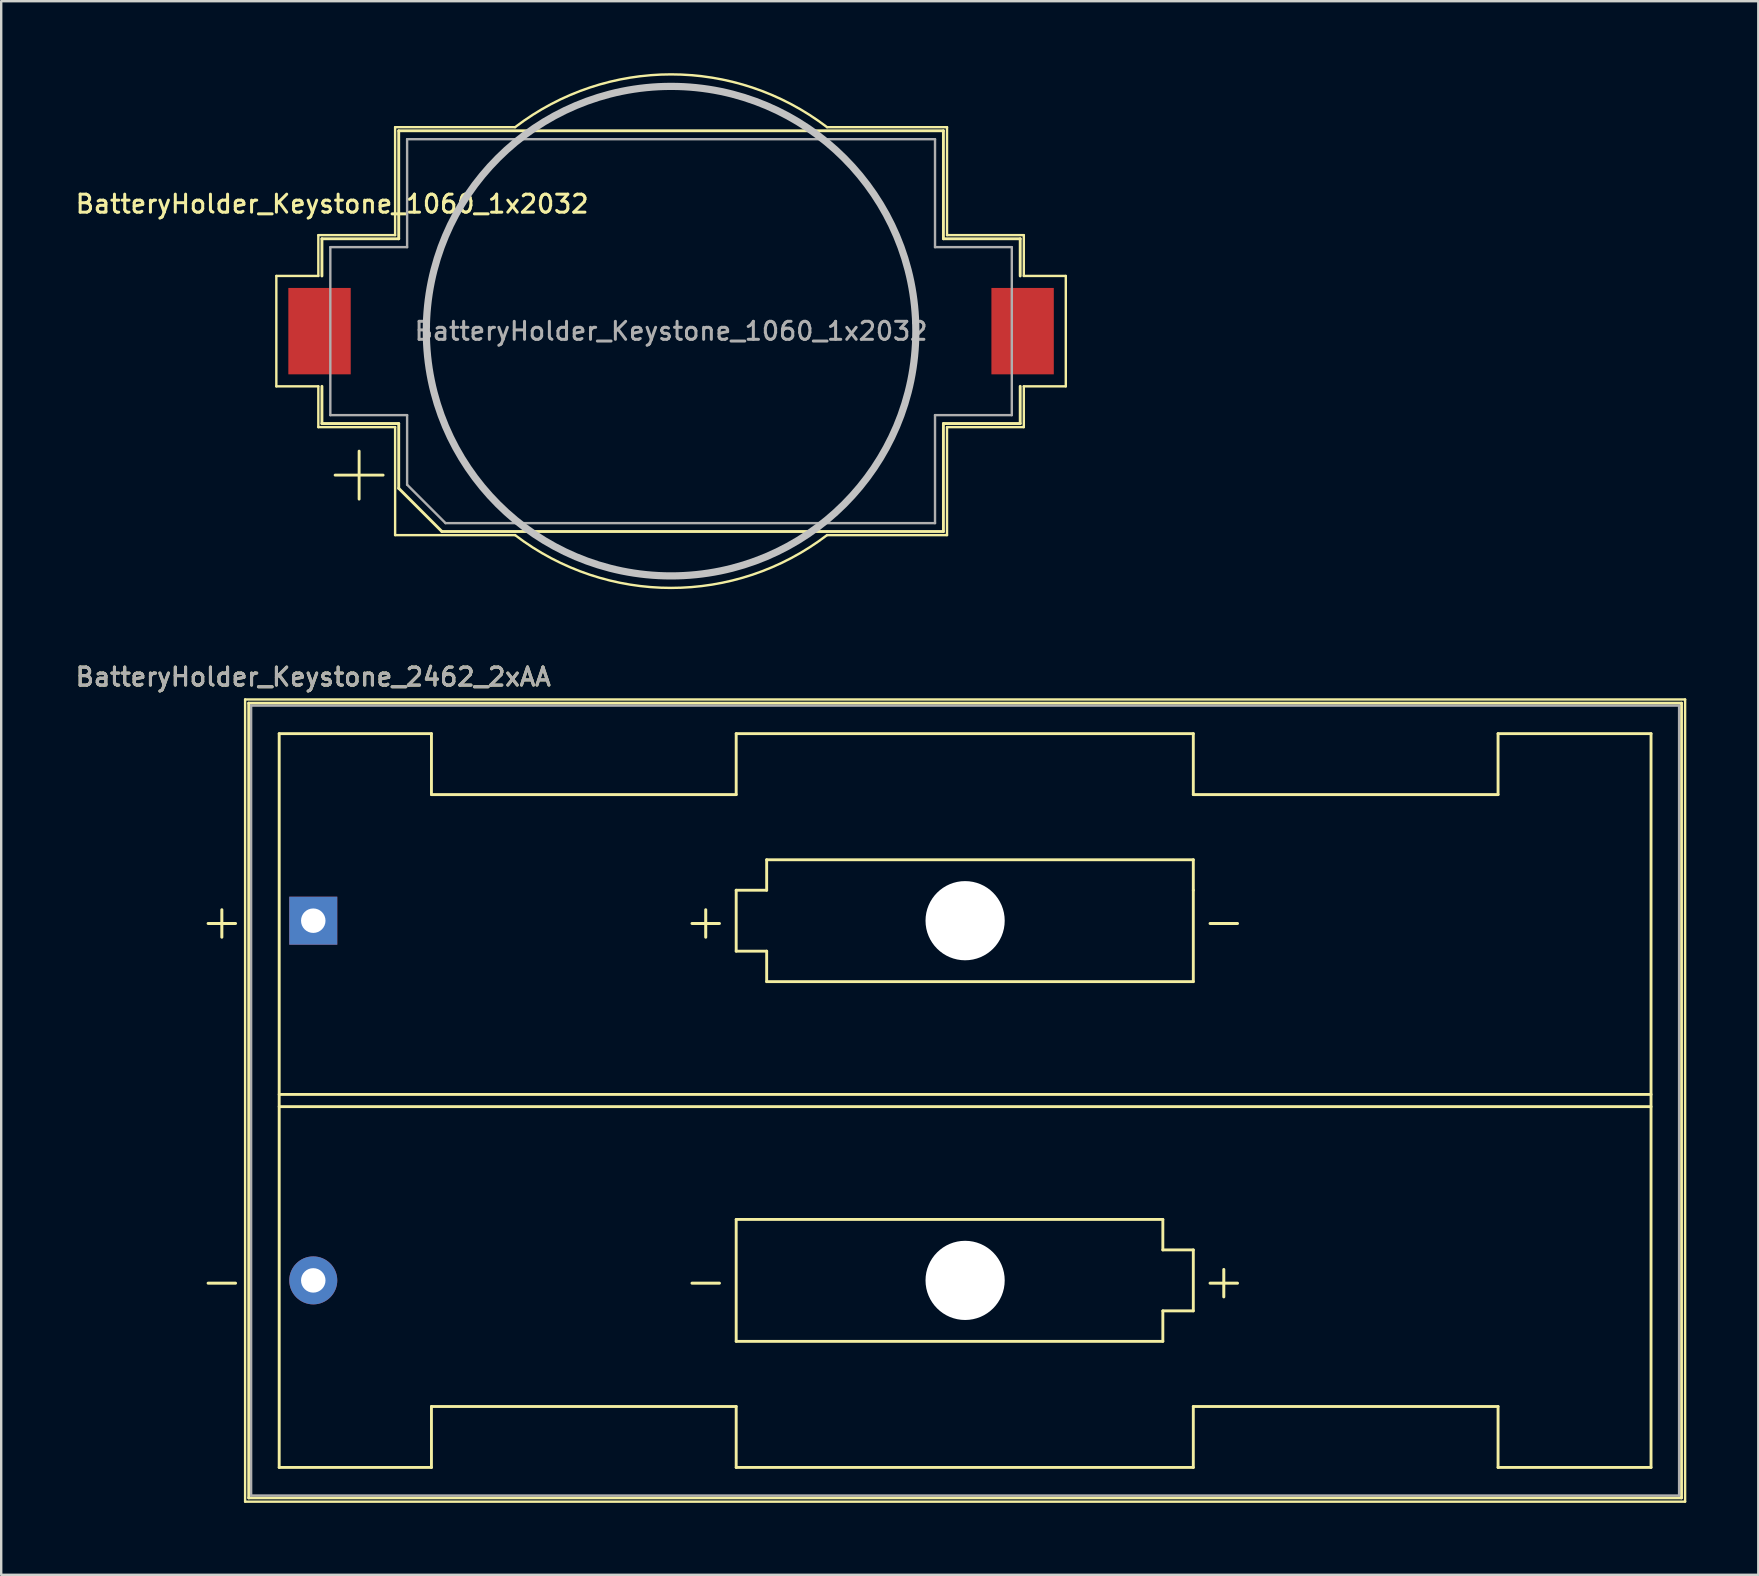
<source format=kicad_pcb>
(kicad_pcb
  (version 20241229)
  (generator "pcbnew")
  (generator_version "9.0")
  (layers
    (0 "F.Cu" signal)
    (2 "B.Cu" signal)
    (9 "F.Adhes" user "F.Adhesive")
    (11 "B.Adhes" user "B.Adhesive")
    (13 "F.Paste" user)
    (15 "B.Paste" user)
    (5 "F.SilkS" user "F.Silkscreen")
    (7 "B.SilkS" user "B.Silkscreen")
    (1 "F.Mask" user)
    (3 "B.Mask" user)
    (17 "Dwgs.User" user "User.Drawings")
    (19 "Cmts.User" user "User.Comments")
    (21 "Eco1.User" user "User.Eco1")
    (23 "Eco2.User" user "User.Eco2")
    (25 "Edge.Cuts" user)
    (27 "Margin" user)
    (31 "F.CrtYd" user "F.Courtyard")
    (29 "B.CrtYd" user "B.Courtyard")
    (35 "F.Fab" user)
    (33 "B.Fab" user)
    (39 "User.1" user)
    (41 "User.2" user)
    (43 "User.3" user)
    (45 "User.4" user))
  (footprint "BatteryHolder_Keystone_1060_1x2032"
    (layer "F.Cu")
    (at 24.916 10.75)
    (property "Reference" "BatteryHolder_Keystone_1060_1x2032" (at -14.125 -5.3 0) (layer "F.SilkS") (effects (font (size 0.75 0.75) (thickness 0.125))))
    (attr smd)
    (fp_line (start -16.45 2.3) (end -16.45 -2.3) (stroke (width 0.1) (type solid)) (layer "F.SilkS"))
    (fp_line (start -14.7 -4) (end -11.5 -4) (stroke (width 0.1) (type solid)) (layer "F.SilkS"))
    (fp_line (start -14.7 -2.3) (end -16.45 -2.3) (stroke (width 0.1) (type solid)) (layer "F.SilkS"))
    (fp_line (start -14.7 -2.3) (end -14.7 -4) (stroke (width 0.1) (type solid)) (layer "F.SilkS"))
    (fp_line (start -14.7 2.3) (end -16.45 2.3) (stroke (width 0.1) (type solid)) (layer "F.SilkS"))
    (fp_line (start -14.7 4) (end -14.7 2.3) (stroke (width 0.1) (type solid)) (layer "F.SilkS"))
    (fp_line (start -14.7 4) (end -11.5 4) (stroke (width 0.1) (type solid)) (layer "F.SilkS"))
    (fp_line (start -14.55 -3.85) (end -14.55 -2.3) (stroke (width 0.12) (type solid)) (layer "F.SilkS"))
    (fp_line (start -14.55 3.85) (end -14.55 2.3) (stroke (width 0.12) (type solid)) (layer "F.SilkS"))
    (fp_line (start -13 5) (end -13 7) (stroke (width 0.12) (type solid)) (layer "F.SilkS"))
    (fp_line (start -12 6) (end -14 6) (stroke (width 0.12) (type solid)) (layer "F.SilkS"))
    (fp_line (start -11.5 -8.5) (end -6.5 -8.5) (stroke (width 0.1) (type solid)) (layer "F.SilkS"))
    (fp_line (start -11.5 -4) (end -11.5 -8.5) (stroke (width 0.1) (type solid)) (layer "F.SilkS"))
    (fp_line (start -11.5 4) (end -11.5 8.5) (stroke (width 0.1) (type solid)) (layer "F.SilkS"))
    (fp_line (start -11.35 -8.35) (end -11.35 -3.85) (stroke (width 0.12) (type solid)) (layer "F.SilkS"))
    (fp_line (start -11.35 -8.35) (end 11.35 -8.35) (stroke (width 0.12) (type solid)) (layer "F.SilkS"))
    (fp_line (start -11.35 -3.85) (end -14.55 -3.85) (stroke (width 0.12) (type solid)) (layer "F.SilkS"))
    (fp_line (start -11.35 3.85) (end -14.55 3.85) (stroke (width 0.12) (type solid)) (layer "F.SilkS"))
    (fp_line (start -11.35 6.55) (end -11.35 3.85) (stroke (width 0.12) (type solid)) (layer "F.SilkS"))
    (fp_line (start -9.55 8.35) (end -11.35 6.55) (stroke (width 0.12) (type solid)) (layer "F.SilkS"))
    (fp_line (start -6.5 8.5) (end -11.5 8.5) (stroke (width 0.1) (type solid)) (layer "F.SilkS"))
    (fp_line (start 11.35 -8.35) (end 11.35 -3.85) (stroke (width 0.12) (type solid)) (layer "F.SilkS"))
    (fp_line (start 11.35 -3.85) (end 14.55 -3.85) (stroke (width 0.12) (type solid)) (layer "F.SilkS"))
    (fp_line (start 11.35 3.85) (end 14.55 3.85) (stroke (width 0.12) (type solid)) (layer "F.SilkS"))
    (fp_line (start 11.35 8.35) (end -9.55 8.35) (stroke (width 0.12) (type solid)) (layer "F.SilkS"))
    (fp_line (start 11.35 8.35) (end 11.35 3.85) (stroke (width 0.12) (type solid)) (layer "F.SilkS"))
    (fp_line (start 11.5 -8.5) (end 6.5 -8.5) (stroke (width 0.1) (type solid)) (layer "F.SilkS"))
    (fp_line (start 11.5 -8.5) (end 11.5 -4) (stroke (width 0.1) (type solid)) (layer "F.SilkS"))
    (fp_line (start 11.5 -4) (end 14.7 -4) (stroke (width 0.1) (type solid)) (layer "F.SilkS"))
    (fp_line (start 11.5 4) (end 11.5 8.5) (stroke (width 0.1) (type solid)) (layer "F.SilkS"))
    (fp_line (start 11.5 8.5) (end 6.5 8.5) (stroke (width 0.1) (type solid)) (layer "F.SilkS"))
    (fp_line (start 14.55 -3.85) (end 14.55 -2.3) (stroke (width 0.12) (type solid)) (layer "F.SilkS"))
    (fp_line (start 14.55 3.85) (end 14.55 2.3) (stroke (width 0.12) (type solid)) (layer "F.SilkS"))
    (fp_line (start 14.7 -4) (end 14.7 -2.3) (stroke (width 0.1) (type solid)) (layer "F.SilkS"))
    (fp_line (start 14.7 -2.3) (end 16.45 -2.3) (stroke (width 0.1) (type solid)) (layer "F.SilkS"))
    (fp_line (start 14.7 2.3) (end 14.7 4) (stroke (width 0.1) (type solid)) (layer "F.SilkS"))
    (fp_line (start 14.7 4) (end 11.5 4) (stroke (width 0.1) (type solid)) (layer "F.SilkS"))
    (fp_line (start 16.45 -2.3) (end 16.45 2.3) (stroke (width 0.1) (type solid)) (layer "F.SilkS"))
    (fp_line (start 16.45 2.3) (end 14.7 2.3) (stroke (width 0.1) (type solid)) (layer "F.SilkS"))
    (fp_arc (start -6.499999 -8.5) (mid 0 -10.700467) (end 6.5 -8.5) (stroke (width 0.1) (type solid)) (layer "F.SilkS"))
    (fp_arc (start 6.499999 8.5) (mid 0 10.700467) (end -6.5 8.5) (stroke (width 0.1) (type solid)) (layer "F.SilkS"))
    (fp_circle (center 0 0) (end -10.2 0) (stroke (width 0.3) (type solid)) (fill no) (layer "Dwgs.User"))
    (fp_line (start -14.2 -3.5) (end -11 -3.5) (stroke (width 0.1) (type solid)) (layer "F.Fab"))
    (fp_line (start -14.2 3.5) (end -14.2 -3.5) (stroke (width 0.1) (type solid)) (layer "F.Fab"))
    (fp_line (start -11 -8) (end -11 -3.5) (stroke (width 0.1) (type solid)) (layer "F.Fab"))
    (fp_line (start -11 3.5) (end -14.2 3.5) (stroke (width 0.1) (type solid)) (layer "F.Fab"))
    (fp_line (start -11 6.4) (end -11 3.5) (stroke (width 0.1) (type solid)) (layer "F.Fab"))
    (fp_line (start -9.4 8) (end -11 6.4) (stroke (width 0.1) (type solid)) (layer "F.Fab"))
    (fp_line (start 11 -8) (end -11 -8) (stroke (width 0.1) (type solid)) (layer "F.Fab"))
    (fp_line (start 11 -8) (end 11 -3.5) (stroke (width 0.1) (type solid)) (layer "F.Fab"))
    (fp_line (start 11 3.5) (end 14.2 3.5) (stroke (width 0.1) (type solid)) (layer "F.Fab"))
    (fp_line (start 11 8) (end -9.4 8) (stroke (width 0.1) (type solid)) (layer "F.Fab"))
    (fp_line (start 11 8) (end 11 3.5) (stroke (width 0.1) (type solid)) (layer "F.Fab"))
    (fp_line (start 14.2 -3.5) (end 11 -3.5) (stroke (width 0.1) (type solid)) (layer "F.Fab"))
    (fp_line (start 14.2 3.5) (end 14.2 -3.5) (stroke (width 0.1) (type solid)) (layer "F.Fab"))
    (fp_text user "${REFERENCE}" (at 0 0 0) (layer "F.Fab") (effects (font (size 0.75 0.75) (thickness 0.125))))
    (pad "1" smd rect (at -14.65 0 180) (size 2.6 3.6) (layers "F.Cu" "F.Mask" "F.Paste"))
    (pad "2" smd rect (at 14.65 0 180) (size 2.6 3.6) (layers "F.Cu" "F.Mask" "F.Paste")))
  (footprint "BatteryHolder_Keystone_2462_2xAA"
    (layer "F.Cu")
    (at 10.005 35.319)
    (property "Reference" "BatteryHolder_Keystone_2462_2xAA" (at 0 -10.16 180) (layer "F.SilkS") (effects (font (size 0.75 0.75) (thickness 0.125))))
    (attr through_hole)
    (fp_line (start -2.84 -9.22) (end -2.84 24.21) (stroke (width 0.1) (type solid)) (layer "F.SilkS"))
    (fp_line (start -2.84 24.21) (end 57.17 24.21) (stroke (width 0.1) (type solid)) (layer "F.SilkS"))
    (fp_line (start -2.69 -9.065) (end -2.69 24.055) (stroke (width 0.12) (type solid)) (layer "F.SilkS"))
    (fp_line (start -2.69 24.055) (end 57.02 24.055) (stroke (width 0.12) (type solid)) (layer "F.SilkS"))
    (fp_line (start -1.42 -7.795) (end -1.42 22.785) (stroke (width 0.12) (type solid)) (layer "F.SilkS"))
    (fp_line (start -1.42 7.241) (end 55.75 7.241) (stroke (width 0.12) (type solid)) (layer "F.SilkS"))
    (fp_line (start -1.42 22.785) (end 4.925 22.785) (stroke (width 0.12) (type solid)) (layer "F.SilkS"))
    (fp_line (start 4.925 -7.795) (end -1.42 -7.795) (stroke (width 0.12) (type solid)) (layer "F.SilkS"))
    (fp_line (start 4.925 -5.255) (end 4.925 -7.795) (stroke (width 0.12) (type solid)) (layer "F.SilkS"))
    (fp_line (start 4.925 -5.255) (end 17.625 -5.255) (stroke (width 0.12) (type solid)) (layer "F.SilkS"))
    (fp_line (start 4.925 20.245) (end 17.625 20.245) (stroke (width 0.12) (type solid)) (layer "F.SilkS"))
    (fp_line (start 4.925 22.785) (end 4.925 20.245) (stroke (width 0.12) (type solid)) (layer "F.SilkS"))
    (fp_line (start 17.625 -7.795) (end 17.625 -5.255) (stroke (width 0.12) (type solid)) (layer "F.SilkS"))
    (fp_line (start 17.625 -1.27) (end 18.895 -1.27) (stroke (width 0.12) (type solid)) (layer "F.SilkS"))
    (fp_line (start 17.625 1.27) (end 17.625 -1.27) (stroke (width 0.12) (type solid)) (layer "F.SilkS"))
    (fp_line (start 17.625 12.45) (end 35.405 12.45) (stroke (width 0.12) (type solid)) (layer "F.SilkS"))
    (fp_line (start 17.625 17.53) (end 17.625 12.45) (stroke (width 0.12) (type solid)) (layer "F.SilkS"))
    (fp_line (start 17.625 20.245) (end 17.625 22.785) (stroke (width 0.12) (type solid)) (layer "F.SilkS"))
    (fp_line (start 17.625 22.785) (end 36.675 22.785) (stroke (width 0.12) (type solid)) (layer "F.SilkS"))
    (fp_line (start 18.895 -2.54) (end 36.675 -2.54) (stroke (width 0.12) (type solid)) (layer "F.SilkS"))
    (fp_line (start 18.895 -1.27) (end 18.895 -2.54) (stroke (width 0.12) (type solid)) (layer "F.SilkS"))
    (fp_line (start 18.895 1.27) (end 17.625 1.27) (stroke (width 0.12) (type solid)) (layer "F.SilkS"))
    (fp_line (start 18.895 2.54) (end 18.895 1.27) (stroke (width 0.12) (type solid)) (layer "F.SilkS"))
    (fp_line (start 35.405 12.45) (end 35.405 13.72) (stroke (width 0.12) (type solid)) (layer "F.SilkS"))
    (fp_line (start 35.405 13.72) (end 36.675 13.72) (stroke (width 0.12) (type solid)) (layer "F.SilkS"))
    (fp_line (start 35.405 16.26) (end 35.405 17.53) (stroke (width 0.12) (type solid)) (layer "F.SilkS"))
    (fp_line (start 35.405 17.53) (end 17.625 17.53) (stroke (width 0.12) (type solid)) (layer "F.SilkS"))
    (fp_line (start 36.675 -7.795) (end 17.625 -7.795) (stroke (width 0.12) (type solid)) (layer "F.SilkS"))
    (fp_line (start 36.675 -5.255) (end 36.675 -7.795) (stroke (width 0.12) (type solid)) (layer "F.SilkS"))
    (fp_line (start 36.675 -2.54) (end 36.675 -1.27) (stroke (width 0.12) (type solid)) (layer "F.SilkS"))
    (fp_line (start 36.675 -1.27) (end 36.675 2.54) (stroke (width 0.12) (type solid)) (layer "F.SilkS"))
    (fp_line (start 36.675 2.54) (end 18.895 2.54) (stroke (width 0.12) (type solid)) (layer "F.SilkS"))
    (fp_line (start 36.675 13.72) (end 36.675 16.26) (stroke (width 0.12) (type solid)) (layer "F.SilkS"))
    (fp_line (start 36.675 16.26) (end 35.405 16.26) (stroke (width 0.12) (type solid)) (layer "F.SilkS"))
    (fp_line (start 36.675 22.785) (end 36.675 20.245) (stroke (width 0.12) (type solid)) (layer "F.SilkS"))
    (fp_line (start 49.375 -7.795) (end 49.375 -5.255) (stroke (width 0.12) (type solid)) (layer "F.SilkS"))
    (fp_line (start 49.375 -5.255) (end 36.675 -5.255) (stroke (width 0.12) (type solid)) (layer "F.SilkS"))
    (fp_line (start 49.375 20.245) (end 36.675 20.245) (stroke (width 0.12) (type solid)) (layer "F.SilkS"))
    (fp_line (start 49.375 22.785) (end 49.375 20.245) (stroke (width 0.12) (type solid)) (layer "F.SilkS"))
    (fp_line (start 55.75 -7.795) (end 49.375 -7.795) (stroke (width 0.12) (type solid)) (layer "F.SilkS"))
    (fp_line (start 55.75 -7.795) (end 55.75 22.785) (stroke (width 0.12) (type solid)) (layer "F.SilkS"))
    (fp_line (start 55.75 7.749) (end -1.42 7.749) (stroke (width 0.12) (type solid)) (layer "F.SilkS"))
    (fp_line (start 55.75 22.785) (end 49.375 22.785) (stroke (width 0.12) (type solid)) (layer "F.SilkS"))
    (fp_line (start 57.02 -9.065) (end -2.69 -9.065) (stroke (width 0.12) (type solid)) (layer "F.SilkS"))
    (fp_line (start 57.02 24.055) (end 57.02 -9.065) (stroke (width 0.12) (type solid)) (layer "F.SilkS"))
    (fp_line (start 57.17 -9.22) (end -2.84 -9.22) (stroke (width 0.1) (type solid)) (layer "F.SilkS"))
    (fp_line (start 57.17 24.21) (end 57.17 -9.22) (stroke (width 0.1) (type solid)) (layer "F.SilkS"))
    (fp_line (start -2.59 -8.965) (end 56.92 -8.965) (stroke (width 0.1) (type solid)) (layer "F.Fab"))
    (fp_line (start -2.59 23.955) (end -2.59 -8.965) (stroke (width 0.1) (type solid)) (layer "F.Fab"))
    (fp_line (start -2.59 23.955) (end 56.92 23.955) (stroke (width 0.1) (type solid)) (layer "F.Fab"))
    (fp_line (start 56.92 23.955) (end 56.92 -8.965) (stroke (width 0.1) (type solid)) (layer "F.Fab"))
    (fp_text user "-" (at -3.81 14.99 0) (layer "F.SilkS") (effects (font (size 1.5 1.5) (thickness 0.125))))
    (fp_text user "+" (at 37.945 14.99 0) (layer "F.SilkS") (effects (font (size 1.5 1.5) (thickness 0.125))))
    (fp_text user "+" (at -3.81 0 0) (layer "F.SilkS") (effects (font (size 1.5 1.5) (thickness 0.125))))
    (fp_text user "-" (at 37.945 0 0) (layer "F.SilkS") (effects (font (size 1.5 1.5) (thickness 0.125))))
    (fp_text user "-" (at 16.355 14.99 0) (layer "F.SilkS") (effects (font (size 1.5 1.5) (thickness 0.125))))
    (fp_text user "+" (at 16.355 0 0) (layer "F.SilkS") (effects (font (size 1.5 1.5) (thickness 0.125))))
    (fp_text user "${REFERENCE}" (at 0 -10.16 0) (layer "F.Fab") (effects (font (size 0.75 0.75) (thickness 0.125))))
    (pad "" np_thru_hole circle (at 27.165 0) (size 3.3 3.3) (drill 3.3) (layers "*.Cu" "*.Mask"))
    (pad "" np_thru_hole circle (at 27.165 14.99) (size 3.3 3.3) (drill 3.3) (layers "*.Cu" "*.Mask"))
    (pad "1" thru_hole rect (at 0 0) (size 2 2) (drill 1.02) (layers "*.Cu" "*.Mask"))
    (pad "2" thru_hole circle (at 0 14.99) (size 2 2) (drill 1.02) (layers "*.Cu" "*.Mask")))
  (gr_rect
    (start -3 -3)
    (end 70.225 62.579)
    (stroke (width 0.1) (type default))
    (fill no)
    (layer "Edge.Cuts")))
</source>
